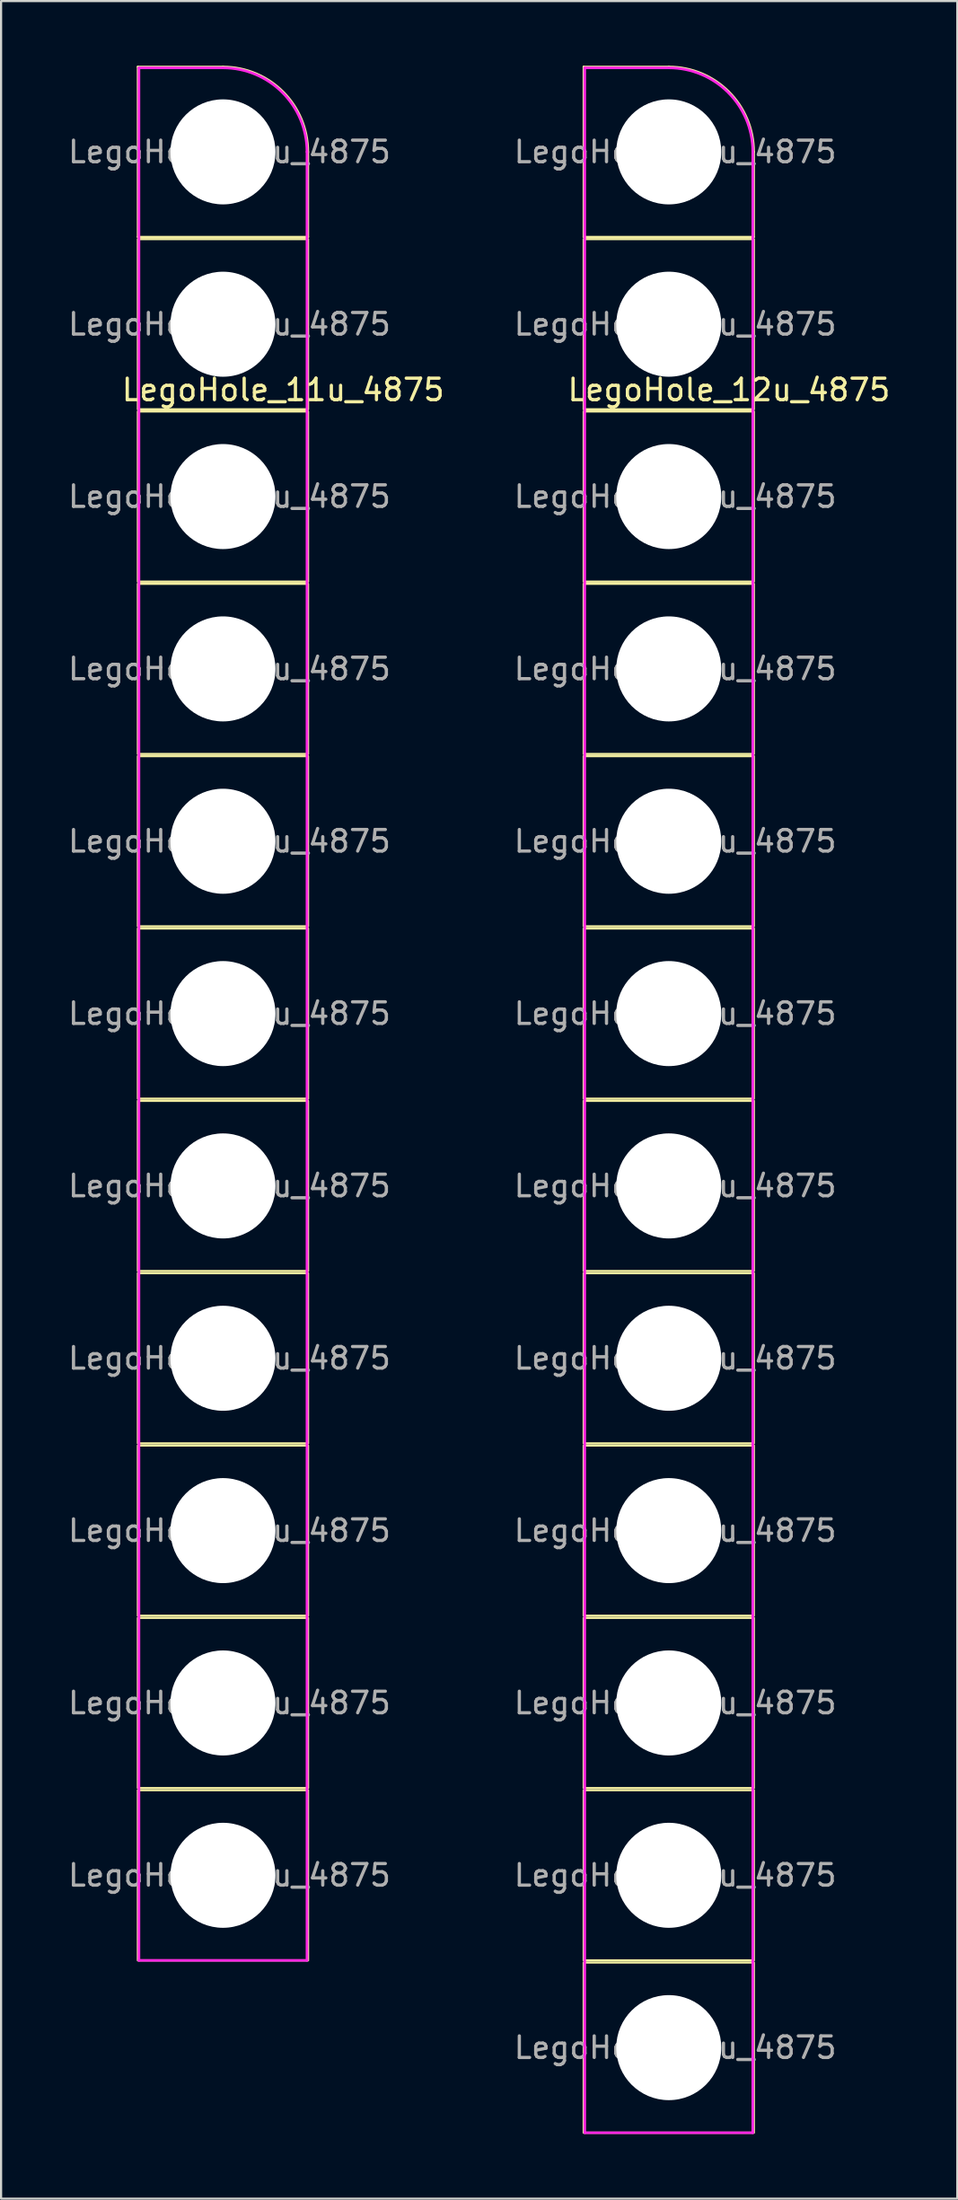
<source format=kicad_pcb>
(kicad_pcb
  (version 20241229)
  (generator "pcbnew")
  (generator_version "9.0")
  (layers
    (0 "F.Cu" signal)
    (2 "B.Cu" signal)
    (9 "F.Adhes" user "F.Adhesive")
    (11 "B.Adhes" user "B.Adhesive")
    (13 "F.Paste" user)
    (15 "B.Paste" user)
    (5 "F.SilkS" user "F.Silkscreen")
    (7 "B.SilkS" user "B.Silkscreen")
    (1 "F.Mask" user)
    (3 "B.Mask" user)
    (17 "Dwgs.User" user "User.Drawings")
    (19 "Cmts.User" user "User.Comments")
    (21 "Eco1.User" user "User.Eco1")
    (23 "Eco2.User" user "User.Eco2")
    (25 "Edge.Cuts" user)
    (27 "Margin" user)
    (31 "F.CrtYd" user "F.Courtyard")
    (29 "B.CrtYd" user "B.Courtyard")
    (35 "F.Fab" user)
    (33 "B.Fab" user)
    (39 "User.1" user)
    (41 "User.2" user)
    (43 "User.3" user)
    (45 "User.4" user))
  (footprint "LegoHole_12u_4875"
    (layer "F.Cu")
    (at 27.998 12)
    (property "Reference" "LegoHole_12u_4875" (at 2.794 3.048 0) (layer "F.SilkS") (effects (font (size 1 1) (thickness 0.15))))
    (attr exclude_from_pos_files)
    (fp_line (start -3.95 -11.95) (end -3.95 -4.05) (stroke (width 0.1) (type solid)) (layer "F.SilkS"))
    (fp_line (start -3.95 -4.05) (end 3.95 -4.05) (stroke (width 0.1) (type solid)) (layer "F.SilkS"))
    (fp_line (start 0 -11.95) (end -3.95 -11.95) (stroke (width 0.1) (type solid)) (layer "F.SilkS"))
    (fp_line (start 3.95 -8) (end 3.95 -4.05) (stroke (width 0.1) (type solid)) (layer "F.SilkS"))
    (fp_rect (start -3.95 -3.95) (end 3.95 3.95) (stroke (width 0.1) (type solid)) (fill no) (layer "F.SilkS"))
    (fp_rect (start -3.95 4.05) (end 3.95 11.95) (stroke (width 0.1) (type solid)) (fill no) (layer "F.SilkS"))
    (fp_rect (start -3.95 12.05) (end 3.95 19.95) (stroke (width 0.1) (type solid)) (fill no) (layer "F.SilkS"))
    (fp_rect (start -3.95 20.05) (end 3.95 27.95) (stroke (width 0.1) (type solid)) (fill no) (layer "F.SilkS"))
    (fp_rect (start -3.95 28.05) (end 3.95 35.95) (stroke (width 0.1) (type solid)) (fill no) (layer "F.SilkS"))
    (fp_rect (start -3.95 36.05) (end 3.95 43.95) (stroke (width 0.1) (type solid)) (fill no) (layer "F.SilkS"))
    (fp_rect (start -3.95 44.05) (end 3.95 51.95) (stroke (width 0.1) (type solid)) (fill no) (layer "F.SilkS"))
    (fp_rect (start -3.95 52.05) (end 3.95 59.95) (stroke (width 0.1) (type solid)) (fill no) (layer "F.SilkS"))
    (fp_rect (start -3.95 60.05) (end 3.95 67.95) (stroke (width 0.1) (type solid)) (fill no) (layer "F.SilkS"))
    (fp_rect (start -3.95 68.05) (end 3.95 75.95) (stroke (width 0.1) (type solid)) (fill no) (layer "F.SilkS"))
    (fp_rect (start -3.95 76.05) (end 3.95 83.95) (stroke (width 0.1) (type solid)) (fill no) (layer "F.SilkS"))
    (fp_arc (start 0 -11.95) (mid 2.793072 -10.793072) (end 3.95 -8) (stroke (width 0.1) (type solid)) (layer "F.SilkS"))
    (fp_line (start -3.9 -11.9) (end -3.9 83.95) (stroke (width 0.12) (type solid)) (layer "F.CrtYd"))
    (fp_line (start -3.9 -11.9) (end 0 -11.9) (stroke (width 0.12) (type solid)) (layer "F.CrtYd"))
    (fp_line (start -3.9 83.95) (end 3.9 83.95) (stroke (width 0.12) (type solid)) (layer "F.CrtYd"))
    (fp_line (start 3.9 83.95) (end 3.9 -8) (stroke (width 0.12) (type solid)) (layer "F.CrtYd"))
    (fp_arc (start 0 -11.9) (mid 2.757716 -10.757716) (end 3.9 -8) (stroke (width 0.12) (type solid)) (layer "F.CrtYd"))
    (fp_text user "${REFERENCE}" (at 0.3 80 0) (layer "F.Fab") (effects (font (size 1 1) (thickness 0.15))))
    (fp_text user "${REFERENCE}" (at 0.3 0 0) (layer "F.Fab") (effects (font (size 1 1) (thickness 0.15))))
    (fp_text user "${REFERENCE}" (at 0.3 24 0) (layer "F.Fab") (effects (font (size 1 1) (thickness 0.15))))
    (fp_text user "${REFERENCE}" (at 0.3 40 0) (layer "F.Fab") (effects (font (size 1 1) (thickness 0.15))))
    (fp_text user "${REFERENCE}" (at 0.3 32 0) (layer "F.Fab") (effects (font (size 1 1) (thickness 0.15))))
    (fp_text user "${REFERENCE}" (at 0.3 -8 0) (layer "F.Fab") (effects (font (size 1 1) (thickness 0.15))))
    (fp_text user "${REFERENCE}" (at 0.3 56 0) (layer "F.Fab") (effects (font (size 1 1) (thickness 0.15))))
    (fp_text user "${REFERENCE}" (at 0.3 16 0) (layer "F.Fab") (effects (font (size 1 1) (thickness 0.15))))
    (fp_text user "${REFERENCE}" (at 0.3 48 0) (layer "F.Fab") (effects (font (size 1 1) (thickness 0.15))))
    (fp_text user "${REFERENCE}" (at 0.3 8 0) (layer "F.Fab") (effects (font (size 1 1) (thickness 0.15))))
    (fp_text user "${REFERENCE}" (at 0.3 72 0) (layer "F.Fab") (effects (font (size 1 1) (thickness 0.15))))
    (fp_text user "${REFERENCE}" (at 0.3 64 0) (layer "F.Fab") (effects (font (size 1 1) (thickness 0.15))))
    (pad "" np_thru_hole circle (at 0 -8) (size 4.875 4.875) (drill 4.875) (layers "*.Cu" "*.Mask"))
    (pad "" np_thru_hole circle (at 0 0) (size 4.875 4.875) (drill 4.875) (layers "*.Cu" "*.Mask"))
    (pad "" np_thru_hole circle (at 0 8) (size 4.875 4.875) (drill 4.875) (layers "*.Cu" "*.Mask"))
    (pad "" np_thru_hole circle (at 0 16) (size 4.875 4.875) (drill 4.875) (layers "*.Cu" "*.Mask"))
    (pad "" np_thru_hole circle (at 0 24) (size 4.875 4.875) (drill 4.875) (layers "*.Cu" "*.Mask"))
    (pad "" np_thru_hole circle (at 0 32) (size 4.875 4.875) (drill 4.875) (layers "*.Cu" "*.Mask"))
    (pad "" np_thru_hole circle (at 0 40) (size 4.875 4.875) (drill 4.875) (layers "*.Cu" "*.Mask"))
    (pad "" np_thru_hole circle (at 0 48) (size 4.875 4.875) (drill 4.875) (layers "*.Cu" "*.Mask"))
    (pad "" np_thru_hole circle (at 0 56) (size 4.875 4.875) (drill 4.875) (layers "*.Cu" "*.Mask"))
    (pad "" np_thru_hole circle (at 0 64) (size 4.875 4.875) (drill 4.875) (layers "*.Cu" "*.Mask"))
    (pad "" np_thru_hole circle (at 0 72) (size 4.875 4.875) (drill 4.875) (layers "*.Cu" "*.Mask"))
    (pad "" np_thru_hole circle (at 0 80) (size 4.875 4.875) (drill 4.875) (layers "*.Cu" "*.Mask")))
  (footprint "LegoHole_11u_4875"
    (layer "F.Cu")
    (at 7.301 12)
    (property "Reference" "LegoHole_11u_4875" (at 2.794 3.048 0) (layer "F.SilkS") (effects (font (size 1 1) (thickness 0.15))))
    (attr exclude_from_pos_files)
    (fp_line (start -3.95 -11.95) (end -3.95 -4.05) (stroke (width 0.1) (type solid)) (layer "F.SilkS"))
    (fp_line (start -3.95 -4.05) (end 3.95 -4.05) (stroke (width 0.1) (type solid)) (layer "F.SilkS"))
    (fp_line (start 0 -11.95) (end -3.95 -11.95) (stroke (width 0.1) (type solid)) (layer "F.SilkS"))
    (fp_line (start 3.95 -8) (end 3.95 -4.05) (stroke (width 0.1) (type solid)) (layer "F.SilkS"))
    (fp_rect (start -3.95 -3.95) (end 3.95 3.95) (stroke (width 0.1) (type solid)) (fill no) (layer "F.SilkS"))
    (fp_rect (start -3.95 4.05) (end 3.95 11.95) (stroke (width 0.1) (type solid)) (fill no) (layer "F.SilkS"))
    (fp_rect (start -3.95 12.05) (end 3.95 19.95) (stroke (width 0.1) (type solid)) (fill no) (layer "F.SilkS"))
    (fp_rect (start -3.95 20.05) (end 3.95 27.95) (stroke (width 0.1) (type solid)) (fill no) (layer "F.SilkS"))
    (fp_rect (start -3.95 28.05) (end 3.95 35.95) (stroke (width 0.1) (type solid)) (fill no) (layer "F.SilkS"))
    (fp_rect (start -3.95 36.05) (end 3.95 43.95) (stroke (width 0.1) (type solid)) (fill no) (layer "F.SilkS"))
    (fp_rect (start -3.95 44.05) (end 3.95 51.95) (stroke (width 0.1) (type solid)) (fill no) (layer "F.SilkS"))
    (fp_rect (start -3.95 52.05) (end 3.95 59.95) (stroke (width 0.1) (type solid)) (fill no) (layer "F.SilkS"))
    (fp_rect (start -3.95 60.05) (end 3.95 67.95) (stroke (width 0.1) (type solid)) (fill no) (layer "F.SilkS"))
    (fp_rect (start -3.95 68.05) (end 3.95 75.95) (stroke (width 0.1) (type solid)) (fill no) (layer "F.SilkS"))
    (fp_arc (start 0 -11.95) (mid 2.793072 -10.793072) (end 3.95 -8) (stroke (width 0.1) (type solid)) (layer "F.SilkS"))
    (fp_line (start -3.9 -11.9) (end -3.9 75.95) (stroke (width 0.12) (type solid)) (layer "F.CrtYd"))
    (fp_line (start -3.9 -11.9) (end 0 -11.9) (stroke (width 0.12) (type solid)) (layer "F.CrtYd"))
    (fp_line (start -3.9 75.95) (end 3.9 75.95) (stroke (width 0.12) (type solid)) (layer "F.CrtYd"))
    (fp_line (start 3.9 75.95) (end 3.9 -8) (stroke (width 0.12) (type solid)) (layer "F.CrtYd"))
    (fp_arc (start 0 -11.9) (mid 2.757716 -10.757716) (end 3.9 -8) (stroke (width 0.12) (type solid)) (layer "F.CrtYd"))
    (fp_text user "${REFERENCE}" (at 0.3 40 0) (layer "F.Fab") (effects (font (size 1 1) (thickness 0.15))))
    (fp_text user "${REFERENCE}" (at 0.3 72 0) (layer "F.Fab") (effects (font (size 1 1) (thickness 0.15))))
    (fp_text user "${REFERENCE}" (at 0.3 24 0) (layer "F.Fab") (effects (font (size 1 1) (thickness 0.15))))
    (fp_text user "${REFERENCE}" (at 0.3 48 0) (layer "F.Fab") (effects (font (size 1 1) (thickness 0.15))))
    (fp_text user "${REFERENCE}" (at 0.3 64 0) (layer "F.Fab") (effects (font (size 1 1) (thickness 0.15))))
    (fp_text user "${REFERENCE}" (at 0.3 32 0) (layer "F.Fab") (effects (font (size 1 1) (thickness 0.15))))
    (fp_text user "${REFERENCE}" (at 0.3 -8 0) (layer "F.Fab") (effects (font (size 1 1) (thickness 0.15))))
    (fp_text user "${REFERENCE}" (at 0.3 56 0) (layer "F.Fab") (effects (font (size 1 1) (thickness 0.15))))
    (fp_text user "${REFERENCE}" (at 0.3 0 0) (layer "F.Fab") (effects (font (size 1 1) (thickness 0.15))))
    (fp_text user "${REFERENCE}" (at 0.3 8 0) (layer "F.Fab") (effects (font (size 1 1) (thickness 0.15))))
    (fp_text user "${REFERENCE}" (at 0.3 16 0) (layer "F.Fab") (effects (font (size 1 1) (thickness 0.15))))
    (pad "" np_thru_hole circle (at 0 -8) (size 4.875 4.875) (drill 4.875) (layers "*.Cu" "*.Mask"))
    (pad "" np_thru_hole circle (at 0 0) (size 4.875 4.875) (drill 4.875) (layers "*.Cu" "*.Mask"))
    (pad "" np_thru_hole circle (at 0 8) (size 4.875 4.875) (drill 4.875) (layers "*.Cu" "*.Mask"))
    (pad "" np_thru_hole circle (at 0 16) (size 4.875 4.875) (drill 4.875) (layers "*.Cu" "*.Mask"))
    (pad "" np_thru_hole circle (at 0 24) (size 4.875 4.875) (drill 4.875) (layers "*.Cu" "*.Mask"))
    (pad "" np_thru_hole circle (at 0 32) (size 4.875 4.875) (drill 4.875) (layers "*.Cu" "*.Mask"))
    (pad "" np_thru_hole circle (at 0 40) (size 4.875 4.875) (drill 4.875) (layers "*.Cu" "*.Mask"))
    (pad "" np_thru_hole circle (at 0 48) (size 4.875 4.875) (drill 4.875) (layers "*.Cu" "*.Mask"))
    (pad "" np_thru_hole circle (at 0 56) (size 4.875 4.875) (drill 4.875) (layers "*.Cu" "*.Mask"))
    (pad "" np_thru_hole circle (at 0 64) (size 4.875 4.875) (drill 4.875) (layers "*.Cu" "*.Mask"))
    (pad "" np_thru_hole circle (at 0 72) (size 4.875 4.875) (drill 4.875) (layers "*.Cu" "*.Mask")))
  (gr_rect
    (start -3 -3)
    (end 41.393 99.01)
    (stroke (width 0.1) (type default))
    (fill no)
    (layer "Edge.Cuts")))
</source>
